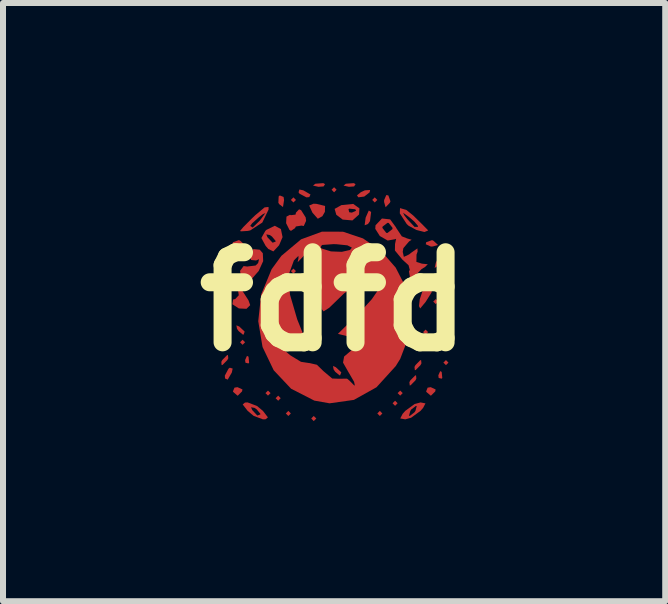
<source format=kicad_pcb>
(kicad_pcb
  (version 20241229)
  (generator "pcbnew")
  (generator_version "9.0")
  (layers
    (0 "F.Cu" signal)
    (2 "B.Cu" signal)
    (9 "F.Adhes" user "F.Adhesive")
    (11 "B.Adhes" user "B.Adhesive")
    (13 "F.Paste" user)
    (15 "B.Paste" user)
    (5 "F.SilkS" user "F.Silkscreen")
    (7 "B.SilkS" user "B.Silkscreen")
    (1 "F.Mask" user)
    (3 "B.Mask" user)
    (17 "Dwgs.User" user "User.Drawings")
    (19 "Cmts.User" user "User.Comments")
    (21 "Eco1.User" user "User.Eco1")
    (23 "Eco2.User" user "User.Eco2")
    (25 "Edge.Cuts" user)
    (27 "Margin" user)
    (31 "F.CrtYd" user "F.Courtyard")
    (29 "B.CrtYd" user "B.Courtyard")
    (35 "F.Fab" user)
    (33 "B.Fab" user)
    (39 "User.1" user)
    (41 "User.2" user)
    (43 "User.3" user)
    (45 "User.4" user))
  (footprint "fdfd"
    (layer "F.Cu")
    (at 2.514 1.973)
    (property "Reference" "fdfd" (at 0 0 0) (layer "F.SilkS") (effects (font (size 1.5 1.5) (thickness 0.3))))
    (attr board_only exclude_from_pos_files exclude_from_bom)
    (fp_poly (pts (xy -1.82 -0.508) (xy -1.863 -0.466) (xy -1.905 -0.508) (xy -1.863 -0.55)) (stroke (width 0) (type solid)) (fill yes) (layer "F.Cu"))
    (fp_poly (pts (xy -1.482 0.677) (xy -1.524 0.72) (xy -1.566 0.677) (xy -1.524 0.635)) (stroke (width 0) (type solid)) (fill yes) (layer "F.Cu"))
    (fp_poly (pts (xy -1.058 1.524) (xy -1.101 1.566) (xy -1.143 1.524) (xy -1.101 1.482)) (stroke (width 0) (type solid)) (fill yes) (layer "F.Cu"))
    (fp_poly (pts (xy -0.889 1.609) (xy -0.931 1.651) (xy -0.974 1.609) (xy -0.931 1.566)) (stroke (width 0) (type solid)) (fill yes) (layer "F.Cu"))
    (fp_poly (pts (xy -0.72 1.863) (xy -0.762 1.905) (xy -0.804 1.863) (xy -0.762 1.82)) (stroke (width 0) (type solid)) (fill yes) (layer "F.Cu"))
    (fp_poly (pts (xy -0.635 -1.693) (xy -0.677 -1.651) (xy -0.72 -1.693) (xy -0.677 -1.736)) (stroke (width 0) (type solid)) (fill yes) (layer "F.Cu"))
    (fp_poly (pts (xy -0.635 -0.508) (xy -0.677 -0.466) (xy -0.72 -0.508) (xy -0.677 -0.55)) (stroke (width 0) (type solid)) (fill yes) (layer "F.Cu"))
    (fp_poly (pts (xy -0.296 1.947) (xy -0.339 1.99) (xy -0.381 1.947) (xy -0.339 1.905)) (stroke (width 0) (type solid)) (fill yes) (layer "F.Cu"))
    (fp_poly (pts (xy 0.042 -1.863) (xy -0.000001 -1.82) (xy -0.042 -1.863) (xy -0.000001 -1.905)) (stroke (width 0) (type solid)) (fill yes) (layer "F.Cu"))
    (fp_poly (pts (xy 0.72 -1.693) (xy 0.677 -1.651) (xy 0.635 -1.693) (xy 0.677 -1.736)) (stroke (width 0) (type solid)) (fill yes) (layer "F.Cu"))
    (fp_poly (pts (xy 0.804 1.863) (xy 0.762 1.905) (xy 0.72 1.863) (xy 0.762 1.82)) (stroke (width 0) (type solid)) (fill yes) (layer "F.Cu"))
    (fp_poly (pts (xy 1.058 1.693) (xy 1.016 1.736) (xy 0.974 1.693) (xy 1.016 1.651)) (stroke (width 0) (type solid)) (fill yes) (layer "F.Cu"))
    (fp_poly (pts (xy 1.143 1.524) (xy 1.101 1.566) (xy 1.058 1.524) (xy 1.101 1.482)) (stroke (width 0) (type solid)) (fill yes) (layer "F.Cu"))
    (fp_poly (pts (xy 1.566 0.508) (xy 1.524 0.55) (xy 1.482 0.508) (xy 1.524 0.466)) (stroke (width 0) (type solid)) (fill yes) (layer "F.Cu"))
    (fp_poly (pts (xy 1.736 -0.000001) (xy 1.693 0.042) (xy 1.651 -0.000001) (xy 1.693 -0.042)) (stroke (width 0) (type solid)) (fill yes) (layer "F.Cu"))
    (fp_poly (pts (xy 1.905 -0.508) (xy 1.863 -0.466) (xy 1.82 -0.508) (xy 1.863 -0.55)) (stroke (width 0) (type solid)) (fill yes) (layer "F.Cu"))
    (fp_poly (pts (xy 1.905 1.016) (xy 1.863 1.058) (xy 1.82 1.016) (xy 1.863 0.974)) (stroke (width 0) (type solid)) (fill yes) (layer "F.Cu"))
    (fp_poly (pts (xy -1.764 -0.776) (xy -1.754 -0.676) (xy -1.764 -0.663) (xy -1.814 -0.675) (xy -1.82 -0.72) (xy -1.789 -0.789)) (stroke (width 0) (type solid)) (fill yes) (layer "F.Cu"))
    (fp_poly (pts (xy -1.425 0.917) (xy -1.415 1.018) (xy -1.425 1.03) (xy -1.476 1.018) (xy -1.482 0.974) (xy -1.451 0.904)) (stroke (width 0) (type solid)) (fill yes) (layer "F.Cu"))
    (fp_poly (pts (xy -0.15 -1.956) (xy -0.175 -1.918) (xy -0.261 -1.912) (xy -0.351 -1.932) (xy -0.312 -1.963) (xy -0.18 -1.973)) (stroke (width 0) (type solid)) (fill yes) (layer "F.Cu"))
    (fp_poly (pts (xy 0.358 -1.956) (xy 0.333 -1.918) (xy 0.247 -1.912) (xy 0.157 -1.932) (xy 0.196 -1.963) (xy 0.328 -1.973)) (stroke (width 0) (type solid)) (fill yes) (layer "F.Cu"))
    (fp_poly (pts (xy 1.792 1.171) (xy 1.802 1.272) (xy 1.792 1.284) (xy 1.742 1.272) (xy 1.736 1.228) (xy 1.767 1.158)) (stroke (width 0) (type solid)) (fill yes) (layer "F.Cu"))
    (fp_poly (pts (xy -1.689 1.115) (xy -1.703 1.181) (xy -1.772 1.3) (xy -1.816 1.28) (xy -1.82 1.233) (xy -1.759 1.118) (xy -1.737 1.101)) (stroke (width 0) (type solid)) (fill yes) (layer "F.Cu"))
    (fp_poly (pts (xy -1.579 0.415) (xy -1.489 0.5) (xy -1.507 0.55) (xy -1.519 0.55) (xy -1.591 0.49) (xy -1.617 0.453) (xy -1.627 0.395)) (stroke (width 0) (type solid)) (fill yes) (layer "F.Cu"))
    (fp_poly (pts (xy -1.56 -1.012) (xy -1.487 -0.943) (xy -1.574 -0.918) (xy -1.605 -0.917) (xy -1.69 -0.955) (xy -1.684 -0.989) (xy -1.586 -1.024)) (stroke (width 0) (type solid)) (fill yes) (layer "F.Cu"))
    (fp_poly (pts (xy -0.841 -1.743) (xy -0.833 -1.69) (xy -0.851 -1.575) (xy -0.912 -1.621) (xy -0.928 -1.645) (xy -0.923 -1.752) (xy -0.904 -1.768)) (stroke (width 0) (type solid)) (fill yes) (layer "F.Cu"))
    (fp_poly (pts (xy -0.512 -1.853) (xy -0.393 -1.784) (xy -0.413 -1.74) (xy -0.461 -1.736) (xy -0.575 -1.797) (xy -0.592 -1.819) (xy -0.578 -1.867)) (stroke (width 0) (type solid)) (fill yes) (layer "F.Cu"))
    (fp_poly (pts (xy 0.029 1.093) (xy 0.12 1.178) (xy 0.101 1.227) (xy 0.09 1.228) (xy 0.018 1.168) (xy -0.008 1.13) (xy -0.018 1.072)) (stroke (width 0) (type solid)) (fill yes) (layer "F.Cu"))
    (fp_poly (pts (xy 0.592 -1.819) (xy 0.502 -1.749) (xy 0.404 -1.737) (xy 0.381 -1.769) (xy 0.447 -1.823) (xy 0.512 -1.853) (xy 0.6 -1.859)) (stroke (width 0) (type solid)) (fill yes) (layer "F.Cu"))
    (fp_poly (pts (xy 0.617 -1.493) (xy 0.598 -1.34) (xy 0.565 -1.293) (xy 0.509 -1.271) (xy 0.525 -1.395) (xy 0.528 -1.404) (xy 0.578 -1.517)) (stroke (width 0) (type solid)) (fill yes) (layer "F.Cu"))
    (fp_poly (pts (xy 0.904 -1.768) (xy 0.939 -1.67) (xy 0.928 -1.645) (xy 0.858 -1.571) (xy 0.833 -1.658) (xy 0.833 -1.69) (xy 0.87 -1.775)) (stroke (width 0) (type solid)) (fill yes) (layer "F.Cu"))
    (fp_poly (pts (xy 1.657 -1.012) (xy 1.731 -0.943) (xy 1.644 -0.918) (xy 1.612 -0.917) (xy 1.527 -0.955) (xy 1.534 -0.989) (xy 1.632 -1.024)) (stroke (width 0) (type solid)) (fill yes) (layer "F.Cu"))
    (fp_poly (pts (xy 1.794 -0.675) (xy 1.746 -0.612) (xy 1.675 -0.559) (xy 1.693 -0.644) (xy 1.699 -0.66) (xy 1.766 -0.763) (xy 1.804 -0.764)) (stroke (width 0) (type solid)) (fill yes) (layer "F.Cu"))
    (fp_poly (pts (xy -1.762 0.944) (xy -1.778 0.974) (xy -1.858 1.055) (xy -1.873 1.058) (xy -1.878 1.004) (xy -1.863 0.974) (xy -1.783 0.893) (xy -1.768 0.889)) (stroke (width 0) (type solid)) (fill yes) (layer "F.Cu"))
    (fp_poly (pts (xy -1.526 1.463) (xy -1.533 1.496) (xy -1.602 1.565) (xy -1.609 1.566) (xy -1.676 1.508) (xy -1.685 1.496) (xy -1.659 1.433) (xy -1.609 1.425)) (stroke (width 0) (type solid)) (fill yes) (layer "F.Cu"))
    (fp_poly (pts (xy -0.294 -1.628) (xy -0.15 -1.593) (xy -0.153 -1.495) (xy -0.195 -1.422) (xy -0.271 -1.38) (xy -0.36 -1.48) (xy -0.415 -1.6) (xy -0.344 -1.63)) (stroke (width 0) (type solid)) (fill yes) (layer "F.Cu"))
    (fp_poly (pts (xy 1.37 1.282) (xy 1.355 1.312) (xy 1.275 1.393) (xy 1.26 1.397) (xy 1.254 1.342) (xy 1.27 1.312) (xy 1.35 1.231) (xy 1.365 1.228)) (stroke (width 0) (type solid)) (fill yes) (layer "F.Cu"))
    (fp_poly (pts (xy 1.455 1.028) (xy 1.439 1.058) (xy 1.36 1.139) (xy 1.345 1.143) (xy 1.339 1.088) (xy 1.355 1.058) (xy 1.434 0.977) (xy 1.449 0.974)) (stroke (width 0) (type solid)) (fill yes) (layer "F.Cu"))
    (fp_poly (pts (xy 1.641 -0.265) (xy 1.623 -0.152) (xy 1.525 0.005) (xy 1.434 0.114) (xy 1.414 0.075) (xy 1.427 -0.038) (xy 1.484 -0.209) (xy 1.553 -0.278)) (stroke (width 0) (type solid)) (fill yes) (layer "F.Cu"))
    (fp_poly (pts (xy 1.691 1.463) (xy 1.685 1.496) (xy 1.615 1.565) (xy 1.609 1.566) (xy 1.541 1.508) (xy 1.533 1.496) (xy 1.558 1.433) (xy 1.609 1.425)) (stroke (width 0) (type solid)) (fill yes) (layer "F.Cu"))
    (fp_poly (pts (xy -1.836 0.08) (xy -1.827 0.33) (xy -1.862 0.551) (xy -1.888 0.611) (xy -1.923 0.593) (xy -1.947 0.441) (xy -1.953 0.254) (xy -1.943 0.023) (xy -1.916 -0.102) (xy -1.888 -0.103)) (stroke (width 0) (type solid)) (fill yes) (layer "F.Cu"))
    (fp_poly (pts (xy 1.923 -0.085) (xy 1.947 0.067) (xy 1.953 0.257) (xy 1.951 0.511) (xy 1.944 0.679) (xy 1.938 0.72) (xy 1.9 0.654) (xy 1.872 0.586) (xy 1.827 0.358) (xy 1.832 0.1) (xy 1.883 -0.094) (xy 1.888 -0.103)) (stroke (width 0) (type solid)) (fill yes) (layer "F.Cu"))
    (fp_poly (pts (xy -1.57 -0.232) (xy -1.524 -0.174) (xy -1.426 -0.022) (xy -1.397 0.059) (xy -1.459 0.12) (xy -1.586 0.114) (xy -1.692 0.045) (xy -1.693 0.042) (xy -1.682 -0.035) (xy -1.647 -0.042) (xy -1.587 -0.106) (xy -1.6 -0.191) (xy -1.622 -0.279)) (stroke (width 0) (type solid)) (fill yes) (layer "F.Cu"))
    (fp_poly (pts (xy -0.55 -1.524) (xy -0.473 -1.402) (xy -0.466 -1.345) (xy -0.505 -1.259) (xy -0.543 -1.266) (xy -0.636 -1.251) (xy -0.651 -1.223) (xy -0.718 -1.178) (xy -0.743 -1.194) (xy -0.799 -1.306) (xy -0.793 -1.415) (xy -0.734 -1.446) (xy -0.72 -1.439) (xy -0.642 -1.449) (xy -0.635 -1.482) (xy -0.583 -1.537)) (stroke (width 0) (type solid)) (fill yes) (layer "F.Cu"))
    (fp_poly (pts (xy -1.238 -0.864) (xy -1.187 -0.806) (xy -1.181 -0.674) (xy -1.255 -0.511) (xy -1.365 -0.385) (xy -1.461 -0.358) (xy -1.558 -0.464) (xy -1.566 -0.512) (xy -1.507 -0.592) (xy -1.448 -0.584) (xy -1.307 -0.601) (xy -1.265 -0.642) (xy -1.25 -0.706) (xy -1.299 -0.685) (xy -1.383 -0.693) (xy -1.397 -0.757) (xy -1.345 -0.875)) (stroke (width 0) (type solid)) (fill yes) (layer "F.Cu"))
    (fp_poly (pts (xy 0.422 -1.553) (xy 0.416 -1.451) (xy 0.306 -1.352) (xy 0.143 -1.366) (xy 0.037 -1.446) (xy 0.011 -1.538) (xy 0.24 -1.538) (xy 0.252 -1.488) (xy 0.296 -1.482) (xy 0.366 -1.513) (xy 0.353 -1.538) (xy 0.252 -1.548) (xy 0.24 -1.538) (xy 0.011 -1.538) (xy 0.009 -1.544) (xy 0.122 -1.607) (xy 0.319 -1.627)) (stroke (width 0) (type solid)) (fill yes) (layer "F.Cu"))
    (fp_poly (pts (xy -1.284 1.738) (xy -1.185 1.82) (xy -1.102 1.928) (xy -1.141 1.96) (xy -1.185 1.961) (xy -1.34 1.903) (xy -1.439 1.82) (xy -1.486 1.76) (xy -1.383 1.76) (xy -1.363 1.807) (xy -1.278 1.898) (xy -1.228 1.879) (xy -1.228 1.868) (xy -1.288 1.796) (xy -1.325 1.77) (xy -1.383 1.76) (xy -1.486 1.76) (xy -1.522 1.713) (xy -1.484 1.681) (xy -1.44 1.679)) (stroke (width 0) (type solid)) (fill yes) (layer "F.Cu"))
    (fp_poly (pts (xy -0.886 -1.208) (xy -0.858 -1.074) (xy -0.916 -0.938) (xy -1.011 -0.836) (xy -1.095 -0.876) (xy -1.14 -0.928) (xy -1.211 -1.059) (xy -1.178 -1.119) (xy -1.129 -1.119) (xy -1.109 -1.071) (xy -1.024 -0.981) (xy -0.974 -0.999) (xy -0.974 -1.011) (xy -1.034 -1.083) (xy -1.071 -1.109) (xy -1.129 -1.119) (xy -1.178 -1.119) (xy -1.145 -1.177) (xy -1.128 -1.194) (xy -0.988 -1.263)) (stroke (width 0) (type solid)) (fill yes) (layer "F.Cu"))
    (fp_poly (pts (xy 1.522 1.695) (xy 1.483 1.77) (xy 1.439 1.82) (xy 1.283 1.934) (xy 1.185 1.961) (xy 1.102 1.946) (xy 1.126 1.899) (xy 1.248 1.899) (xy 1.26 1.905) (xy 1.337 1.845) (xy 1.355 1.82) (xy 1.376 1.741) (xy 1.365 1.736) (xy 1.287 1.795) (xy 1.27 1.82) (xy 1.248 1.899) (xy 1.126 1.899) (xy 1.141 1.87) (xy 1.185 1.82) (xy 1.341 1.706) (xy 1.44 1.679)) (stroke (width 0) (type solid)) (fill yes) (layer "F.Cu"))
    (fp_poly (pts (xy -1.091 -1.533) (xy -1.196 -1.316) (xy -1.396 -1.186) (xy -1.438 -1.177) (xy -1.552 -1.17) (xy -1.566 -1.177) (xy -1.512 -1.241) (xy -1.493 -1.26) (xy -1.397 -1.26) (xy -1.356 -1.234) (xy -1.243 -1.343) (xy -1.217 -1.376) (xy -1.144 -1.476) (xy -1.187 -1.455) (xy -1.249 -1.408) (xy -1.366 -1.303) (xy -1.397 -1.26) (xy -1.493 -1.26) (xy -1.375 -1.379) (xy -1.318 -1.434) (xy -1.158 -1.569) (xy -1.092 -1.576)) (stroke (width 0) (type solid)) (fill yes) (layer "F.Cu"))
    (fp_poly (pts (xy 1.203 -1.527) (xy 1.318 -1.434) (xy 1.473 -1.282) (xy 1.56 -1.193) (xy 1.566 -1.184) (xy 1.505 -1.159) (xy 1.371 -1.193) (xy 1.241 -1.263) (xy 1.209 -1.293) (xy 1.094 -1.471) (xy 1.095 -1.481) (xy 1.149 -1.481) (xy 1.17 -1.437) (xy 1.217 -1.376) (xy 1.34 -1.244) (xy 1.396 -1.245) (xy 1.397 -1.26) (xy 1.339 -1.33) (xy 1.249 -1.408) (xy 1.149 -1.481) (xy 1.095 -1.481) (xy 1.098 -1.557)) (stroke (width 0) (type solid)) (fill yes) (layer "F.Cu"))
    (fp_poly (pts (xy 0.934 -1.369) (xy 1.032 -1.235) (xy 1.034 -1.228) (xy 1.128 -1.087) (xy 1.216 -1.052) (xy 1.292 -1.03) (xy 1.249 -1.002) (xy 1.154 -0.891) (xy 1.143 -0.829) (xy 1.162 -0.745) (xy 1.248 -0.785) (xy 1.286 -0.815) (xy 1.388 -0.886) (xy 1.391 -0.833) (xy 1.373 -0.783) (xy 1.371 -0.661) (xy 1.463 -0.632) (xy 1.561 -0.622) (xy 1.513 -0.575) (xy 1.459 -0.543) (xy 1.358 -0.44) (xy 1.358 -0.376) (xy 1.376 -0.301) (xy 1.365 -0.296) (xy 1.288 -0.356) (xy 1.267 -0.387) (xy 1.247 -0.504) (xy 1.261 -0.527) (xy 1.24 -0.606) (xy 1.137 -0.7) (xy 1.013 -0.851) (xy 1.015 -0.959) (xy 1.033 -1.046) (xy 1.009 -1.038) (xy 0.893 -1.017) (xy 0.762 -1.092) (xy 0.686 -1.212) (xy 0.687 -1.228) (xy 0.804 -1.228) (xy 0.869 -1.145) (xy 0.889 -1.143) (xy 0.971 -1.207) (xy 0.974 -1.228) (xy 0.909 -1.31) (xy 0.889 -1.312) (xy 0.807 -1.248) (xy 0.804 -1.228) (xy 0.687 -1.228) (xy 0.69 -1.271) (xy 0.797 -1.384)) (stroke (width 0) (type solid)) (fill yes) (layer "F.Cu"))
    (fp_poly (pts (xy 0.148 -1.164) (xy 0.482 -1.052) (xy 0.781 -0.847) (xy 1.026 -0.566) (xy 1.2 -0.227) (xy 1.282 0.151) (xy 1.256 0.551) (xy 1.101 0.955) (xy 1.027 1.074) (xy 0.706 1.427) (xy 0.33 1.637) (xy -0.075 1.694) (xy -0.329 1.649) (xy -0.716 1.451) (xy -1.006 1.143) (xy -1.191 0.757) (xy -1.197 0.725) (xy -0.931 0.725) (xy -0.727 0.896) (xy -0.551 1.003) (xy -0.413 1.024) (xy -0.412 1.023) (xy -0.286 1.052) (xy -0.177 1.158) (xy -0.031 1.281) (xy 0.077 1.285) (xy 0.215 1.283) (xy 0.256 1.316) (xy 0.333 1.394) (xy 0.346 1.397) (xy 0.333 1.336) (xy 0.248 1.189) (xy 0.24 1.176) (xy 0.149 1.016) (xy 0.167 0.915) (xy 0.3 0.802) (xy 0.504 0.648) (xy 0.284 0.593) (xy 0.064 0.537) (xy 0.441 0.166) (xy 0.629 -0.041) (xy 0.744 -0.208) (xy 0.764 -0.294) (xy 0.627 -0.379) (xy 0.421 -0.323) (xy 0.163 -0.133) (xy 0.099 -0.071) (xy -0.081 0.103) (xy -0.175 0.163) (xy -0.208 0.122) (xy -0.212 0.058) (xy -0.233 -0.136) (xy -0.288 -0.403) (xy -0.312 -0.501) (xy -0.379 -0.723) (xy -0.433 -0.805) (xy -0.498 -0.772) (xy -0.53 -0.735) (xy -0.607 -0.656) (xy -0.595 -0.715) (xy -0.593 -0.72) (xy -0.594 -0.762) (xy -0.669 -0.686) (xy -0.754 -0.454) (xy -0.735 -0.118) (xy -0.614 0.296) (xy -0.584 0.37) (xy -0.497 0.586) (xy -0.485 0.688) (xy -0.561 0.719) (xy -0.699 0.722) (xy -0.931 0.725) (xy -1.197 0.725) (xy -1.263 0.326) (xy -1.215 -0.117) (xy -1.04 -0.54) (xy -0.878 -0.762) (xy -0.712 -0.901) (xy -0.227 -0.901) (xy -0.203 -0.883) (xy -0.052 -0.836) (xy 0.129 -0.829) (xy 0.266 -0.86) (xy 0.296 -0.899) (xy 0.222 -0.937) (xy 0.037 -0.956) (xy -0.012 -0.957) (xy -0.202 -0.943) (xy -0.227 -0.901) (xy -0.712 -0.901) (xy -0.55 -1.037) (xy -0.202 -1.165)) (stroke (width 0) (type solid)) (fill yes) (layer "F.Cu")))
  (gr_rect
    (start -3 -3)
    (end 8.029 6.963)
    (stroke (width 0.1) (type default))
    (fill no)
    (layer "Edge.Cuts")))
</source>
